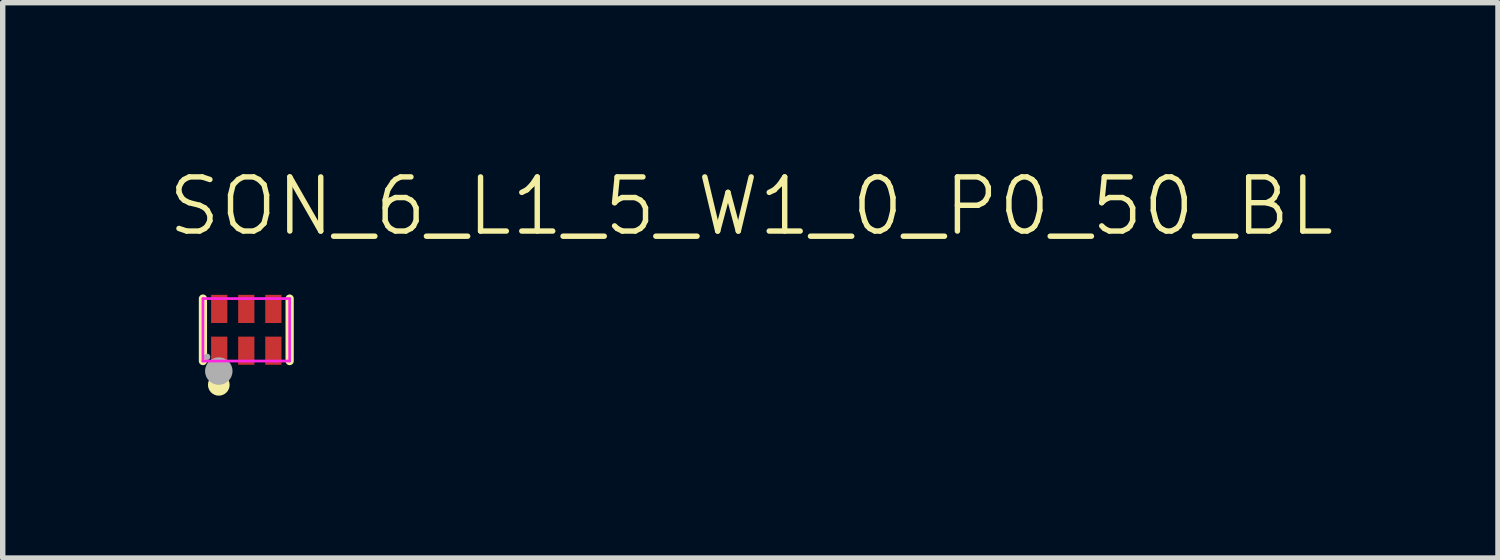
<source format=kicad_pcb>
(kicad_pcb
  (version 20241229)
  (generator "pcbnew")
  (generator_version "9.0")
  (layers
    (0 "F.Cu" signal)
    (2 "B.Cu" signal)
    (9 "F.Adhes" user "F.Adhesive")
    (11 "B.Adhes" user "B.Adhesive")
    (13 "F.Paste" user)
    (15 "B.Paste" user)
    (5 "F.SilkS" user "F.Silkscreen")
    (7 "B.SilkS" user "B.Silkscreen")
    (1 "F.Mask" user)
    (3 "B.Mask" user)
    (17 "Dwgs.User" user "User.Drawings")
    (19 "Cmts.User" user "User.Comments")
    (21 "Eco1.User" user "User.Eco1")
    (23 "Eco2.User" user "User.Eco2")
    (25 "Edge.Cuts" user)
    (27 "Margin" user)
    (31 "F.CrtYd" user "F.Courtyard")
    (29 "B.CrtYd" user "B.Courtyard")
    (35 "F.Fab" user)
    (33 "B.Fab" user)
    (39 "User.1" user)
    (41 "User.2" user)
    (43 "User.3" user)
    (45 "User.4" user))
  (footprint "SON_6_L1_5_W1_0_P0_50_BL"
    (layer "F.Cu")
    (at 1.5 3.043)
    (property "Reference" "SON_6_L1_5_W1_0_P0_50_BL" (at -1.5 -2.282 0) (layer "F.SilkS") (effects (font (size 1 1) (thickness 0.1)) (justify left)))
    (fp_line (start -0.801 0.577) (end -0.801 -0.577) (stroke (width 0.152) (type solid)) (layer "F.SilkS"))
    (fp_line (start 0.801 -0.577) (end 0.801 0.577) (stroke (width 0.152) (type solid)) (layer "F.SilkS"))
    (fp_arc (start -0.408 1.0165) (mid -0.608 1.0165) (end -0.408 1.0165) (stroke (width 0.2) (type solid)) (layer "F.SilkS"))
    (fp_line (start -0.801 -0.577) (end -0.801 0.577) (stroke (width 0.05) (type solid)) (layer "F.CrtYd"))
    (fp_line (start -0.801 0.577) (end 0.801 0.577) (stroke (width 0.05) (type solid)) (layer "F.CrtYd"))
    (fp_line (start 0.801 -0.577) (end -0.801 -0.577) (stroke (width 0.05) (type solid)) (layer "F.CrtYd"))
    (fp_line (start 0.801 0.577) (end 0.801 -0.577) (stroke (width 0.05) (type solid)) (layer "F.CrtYd"))
    (fp_arc (start -0.695 0.5005) (mid -0.755 0.5005) (end -0.695 0.5005) (stroke (width 0.06) (type solid)) (layer "F.Fab"))
    (fp_arc (start -0.381 0.7625) (mid -0.635 0.7625) (end -0.381 0.7625) (stroke (width 0.254) (type solid)) (layer "F.Fab"))
    (pad "1" smd rect (at -0.5 0.386) (size 0.3 0.52) (layers "F.Cu" "F.Mask" "F.Paste"))
    (pad "2" smd rect (at 0 0.386) (size 0.3 0.52) (layers "F.Cu" "F.Mask" "F.Paste"))
    (pad "3" smd rect (at 0.5 0.386) (size 0.3 0.52) (layers "F.Cu" "F.Mask" "F.Paste"))
    (pad "4" smd rect (at 0.5 -0.386) (size 0.3 0.52) (layers "F.Cu" "F.Mask" "F.Paste"))
    (pad "5" smd rect (at 0 -0.386) (size 0.3 0.52) (layers "F.Cu" "F.Mask" "F.Paste"))
    (pad "6" smd rect (at -0.5 -0.386) (size 0.3 0.52) (layers "F.Cu" "F.Mask" "F.Paste")))
  (gr_rect
    (start -3 -3)
    (end 24.624 7.259)
    (stroke (width 0.1) (type default))
    (fill no)
    (layer "Edge.Cuts")))
</source>
